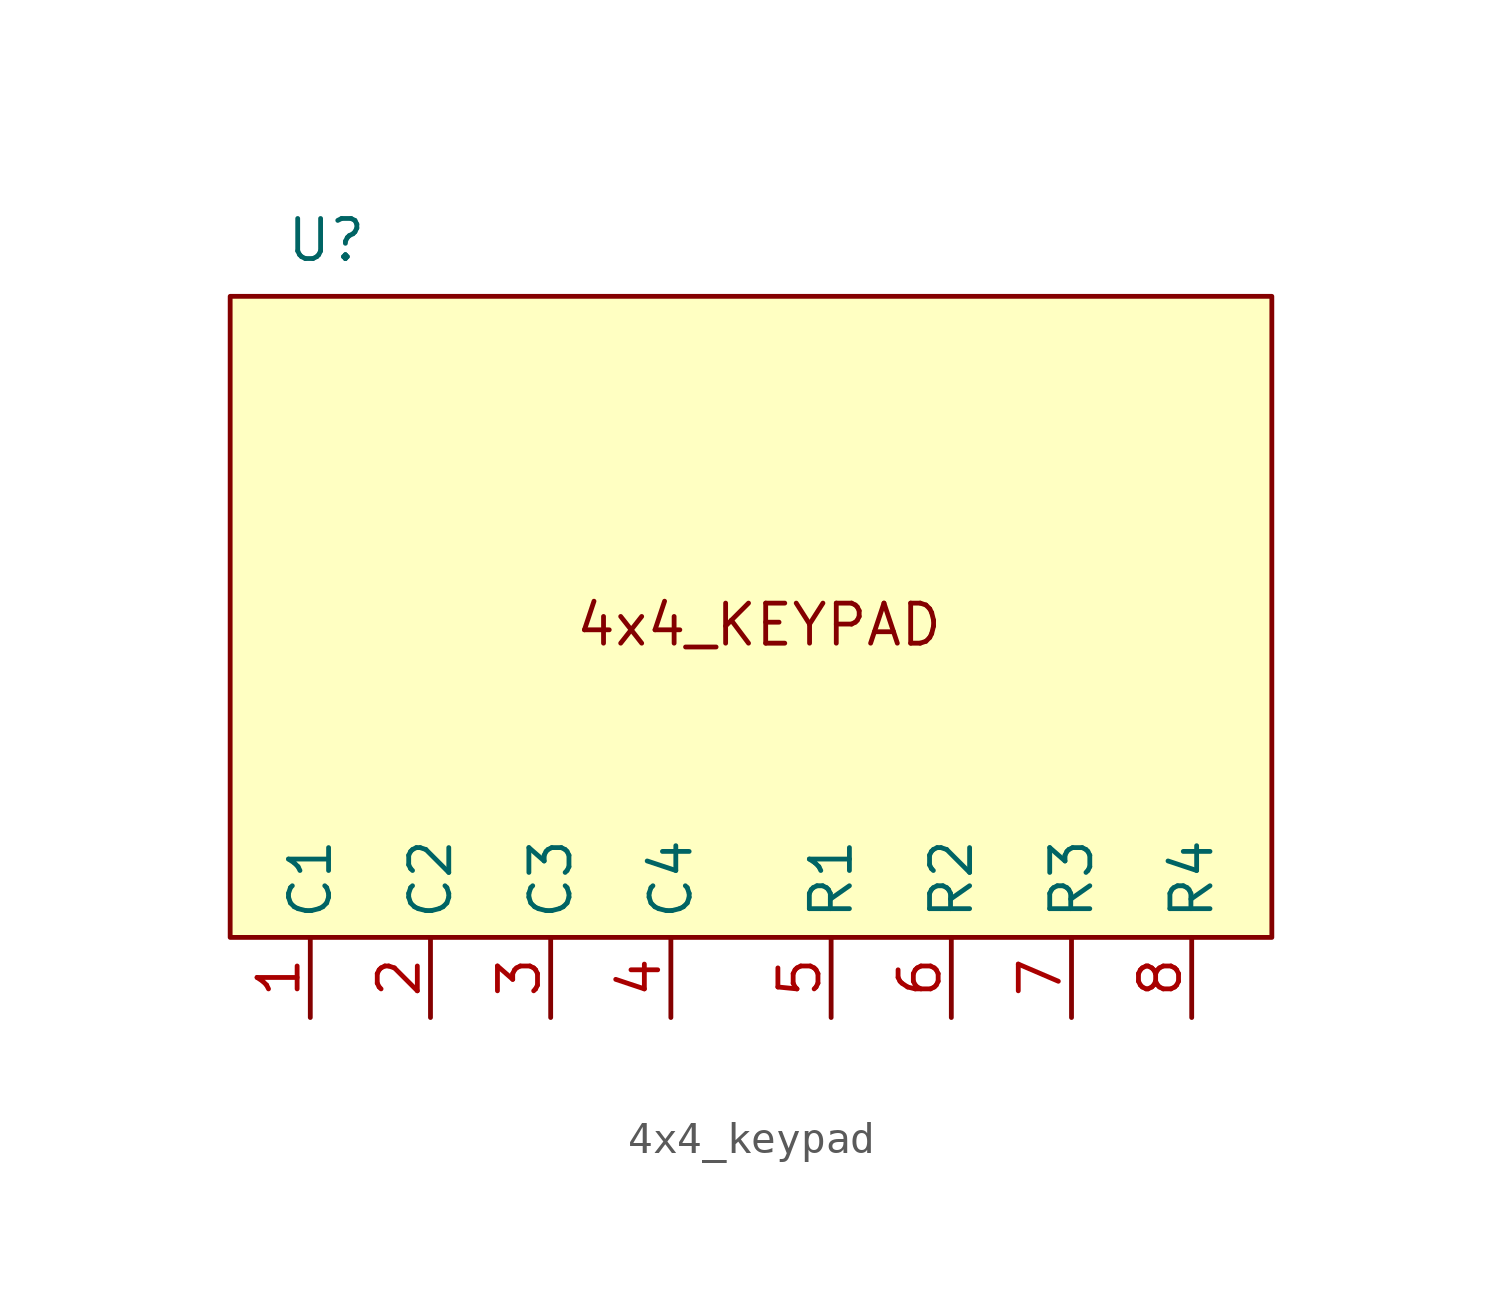
<source format=kicad_sym>
(kicad_symbol_lib
  (version 20241209)
  (generator "kicad_symbol_editor")
  (generator_version "9.0")
  (symbol "4x4_keypad"
    (property "Reference" "U"
      (at -13.462 11.938 0)
      (effects (font (size 1.27 1.27))))
    (property "Value" ""
      (at 0 0 0)
      (effects (font (size 1.27 1.27))))
    (symbol "4x4_keypad_1_1"
      (rectangle (start -16.51 10.16) (end 16.51 -10.16) (stroke (width 0) (type solid)) (fill (type background)))
      (text "4x4_KEYPAD" (at 0.254 -0.254 0) (effects (font (size 1.27 1.27))))
      (pin output line (at -13.97 -12.7 90) (length 2.54) (name "C1" (effects (font (size 1.27 1.27)))) (number "1" (effects (font (size 1.27 1.27)))))
      (pin output line (at -10.16 -12.7 90) (length 2.54) (name "C2" (effects (font (size 1.27 1.27)))) (number "2" (effects (font (size 1.27 1.27)))))
      (pin output line (at -6.35 -12.7 90) (length 2.54) (name "C3" (effects (font (size 1.27 1.27)))) (number "3" (effects (font (size 1.27 1.27)))))
      (pin output line (at -2.54 -12.7 90) (length 2.54) (name "C4" (effects (font (size 1.27 1.27)))) (number "4" (effects (font (size 1.27 1.27)))))
      (pin output line (at 2.54 -12.7 90) (length 2.54) (name "R1" (effects (font (size 1.27 1.27)))) (number "5" (effects (font (size 1.27 1.27)))))
      (pin output line (at 6.35 -12.7 90) (length 2.54) (name "R2" (effects (font (size 1.27 1.27)))) (number "6" (effects (font (size 1.27 1.27)))))
      (pin output line (at 10.16 -12.7 90) (length 2.54) (name "R3" (effects (font (size 1.27 1.27)))) (number "7" (effects (font (size 1.27 1.27)))))
      (pin output line (at 13.97 -12.7 90) (length 2.54) (name "R4" (effects (font (size 1.27 1.27)))) (number "8" (effects (font (size 1.27 1.27))))))))
</source>
